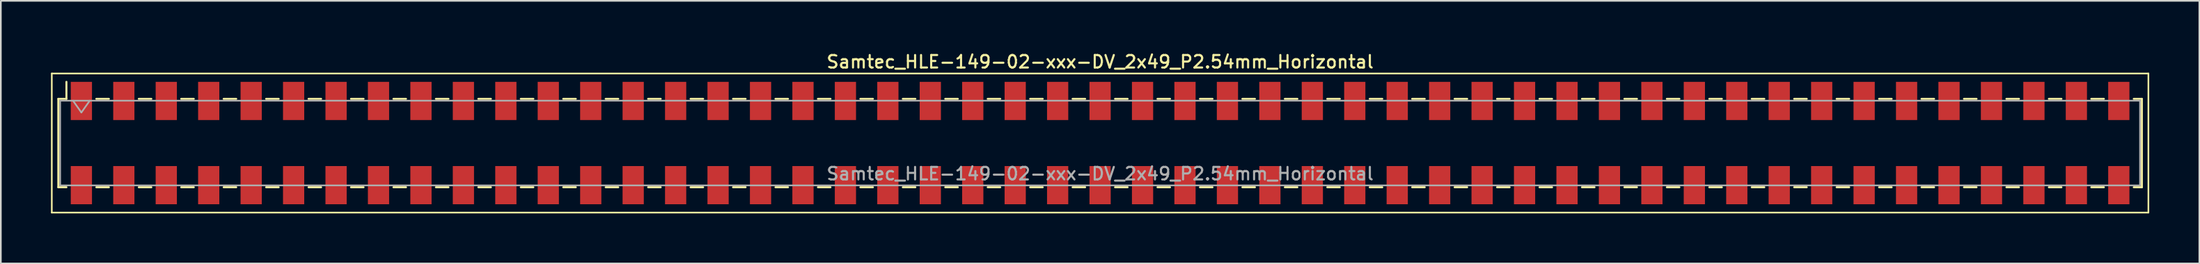
<source format=kicad_pcb>
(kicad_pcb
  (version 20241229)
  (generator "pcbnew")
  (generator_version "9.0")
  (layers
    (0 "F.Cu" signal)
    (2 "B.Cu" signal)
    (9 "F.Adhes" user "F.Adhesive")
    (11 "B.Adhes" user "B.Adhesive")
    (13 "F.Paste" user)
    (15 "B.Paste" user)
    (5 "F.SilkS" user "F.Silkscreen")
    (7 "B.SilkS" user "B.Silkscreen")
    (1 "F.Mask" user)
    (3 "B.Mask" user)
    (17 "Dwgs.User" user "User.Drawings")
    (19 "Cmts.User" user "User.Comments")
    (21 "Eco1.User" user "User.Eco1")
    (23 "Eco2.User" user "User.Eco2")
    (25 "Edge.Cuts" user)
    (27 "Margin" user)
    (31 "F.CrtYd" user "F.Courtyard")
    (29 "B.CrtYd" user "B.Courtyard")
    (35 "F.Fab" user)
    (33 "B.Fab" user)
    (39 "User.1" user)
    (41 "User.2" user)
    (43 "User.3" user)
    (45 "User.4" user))
  (footprint "Samtec_HLE-149-02-xxx-DV_2x49_P2.54mm_Horizontal"
    (layer "F.Cu")
    (at 62.78 5.528)
    (property "Reference" "Samtec_HLE-149-02-xxx-DV_2x49_P2.54mm_Horizontal" (at 0 -4.87 0) (layer "F.SilkS") (effects (font (size 0.75 0.75) (thickness 0.125))))
    (attr smd)
    (fp_line (start -62.73 -4.17) (end 62.73 -4.17) (stroke (width 0.1) (type solid)) (layer "F.SilkS"))
    (fp_line (start -62.73 4.17) (end -62.73 -4.17) (stroke (width 0.1) (type solid)) (layer "F.SilkS"))
    (fp_line (start -62.34 -2.65) (end -62.34 2.65) (stroke (width 0.12) (type solid)) (layer "F.SilkS"))
    (fp_line (start -62.34 2.65) (end -61.855 2.65) (stroke (width 0.12) (type solid)) (layer "F.SilkS"))
    (fp_line (start -61.855 -3.67) (end -61.855 -2.65) (stroke (width 0.12) (type solid)) (layer "F.SilkS"))
    (fp_line (start -61.855 -2.65) (end -62.34 -2.65) (stroke (width 0.12) (type solid)) (layer "F.SilkS"))
    (fp_line (start -60.065 -2.65) (end -59.315 -2.65) (stroke (width 0.12) (type solid)) (layer "F.SilkS"))
    (fp_line (start -60.065 2.65) (end -59.315 2.65) (stroke (width 0.12) (type solid)) (layer "F.SilkS"))
    (fp_line (start -57.525 -2.65) (end -56.775 -2.65) (stroke (width 0.12) (type solid)) (layer "F.SilkS"))
    (fp_line (start -57.525 2.65) (end -56.775 2.65) (stroke (width 0.12) (type solid)) (layer "F.SilkS"))
    (fp_line (start -54.985 -2.65) (end -54.235 -2.65) (stroke (width 0.12) (type solid)) (layer "F.SilkS"))
    (fp_line (start -54.985 2.65) (end -54.235 2.65) (stroke (width 0.12) (type solid)) (layer "F.SilkS"))
    (fp_line (start -52.445 -2.65) (end -51.695 -2.65) (stroke (width 0.12) (type solid)) (layer "F.SilkS"))
    (fp_line (start -52.445 2.65) (end -51.695 2.65) (stroke (width 0.12) (type solid)) (layer "F.SilkS"))
    (fp_line (start -49.905 -2.65) (end -49.155 -2.65) (stroke (width 0.12) (type solid)) (layer "F.SilkS"))
    (fp_line (start -49.905 2.65) (end -49.155 2.65) (stroke (width 0.12) (type solid)) (layer "F.SilkS"))
    (fp_line (start -47.365 -2.65) (end -46.615 -2.65) (stroke (width 0.12) (type solid)) (layer "F.SilkS"))
    (fp_line (start -47.365 2.65) (end -46.615 2.65) (stroke (width 0.12) (type solid)) (layer "F.SilkS"))
    (fp_line (start -44.825 -2.65) (end -44.075 -2.65) (stroke (width 0.12) (type solid)) (layer "F.SilkS"))
    (fp_line (start -44.825 2.65) (end -44.075 2.65) (stroke (width 0.12) (type solid)) (layer "F.SilkS"))
    (fp_line (start -42.285 -2.65) (end -41.535 -2.65) (stroke (width 0.12) (type solid)) (layer "F.SilkS"))
    (fp_line (start -42.285 2.65) (end -41.535 2.65) (stroke (width 0.12) (type solid)) (layer "F.SilkS"))
    (fp_line (start -39.745 -2.65) (end -38.995 -2.65) (stroke (width 0.12) (type solid)) (layer "F.SilkS"))
    (fp_line (start -39.745 2.65) (end -38.995 2.65) (stroke (width 0.12) (type solid)) (layer "F.SilkS"))
    (fp_line (start -37.205 -2.65) (end -36.455 -2.65) (stroke (width 0.12) (type solid)) (layer "F.SilkS"))
    (fp_line (start -37.205 2.65) (end -36.455 2.65) (stroke (width 0.12) (type solid)) (layer "F.SilkS"))
    (fp_line (start -34.665 -2.65) (end -33.915 -2.65) (stroke (width 0.12) (type solid)) (layer "F.SilkS"))
    (fp_line (start -34.665 2.65) (end -33.915 2.65) (stroke (width 0.12) (type solid)) (layer "F.SilkS"))
    (fp_line (start -32.125 -2.65) (end -31.375 -2.65) (stroke (width 0.12) (type solid)) (layer "F.SilkS"))
    (fp_line (start -32.125 2.65) (end -31.375 2.65) (stroke (width 0.12) (type solid)) (layer "F.SilkS"))
    (fp_line (start -29.585 -2.65) (end -28.835 -2.65) (stroke (width 0.12) (type solid)) (layer "F.SilkS"))
    (fp_line (start -29.585 2.65) (end -28.835 2.65) (stroke (width 0.12) (type solid)) (layer "F.SilkS"))
    (fp_line (start -27.045 -2.65) (end -26.295 -2.65) (stroke (width 0.12) (type solid)) (layer "F.SilkS"))
    (fp_line (start -27.045 2.65) (end -26.295 2.65) (stroke (width 0.12) (type solid)) (layer "F.SilkS"))
    (fp_line (start -24.505 -2.65) (end -23.755 -2.65) (stroke (width 0.12) (type solid)) (layer "F.SilkS"))
    (fp_line (start -24.505 2.65) (end -23.755 2.65) (stroke (width 0.12) (type solid)) (layer "F.SilkS"))
    (fp_line (start -21.965 -2.65) (end -21.215 -2.65) (stroke (width 0.12) (type solid)) (layer "F.SilkS"))
    (fp_line (start -21.965 2.65) (end -21.215 2.65) (stroke (width 0.12) (type solid)) (layer "F.SilkS"))
    (fp_line (start -19.425 -2.65) (end -18.675 -2.65) (stroke (width 0.12) (type solid)) (layer "F.SilkS"))
    (fp_line (start -19.425 2.65) (end -18.675 2.65) (stroke (width 0.12) (type solid)) (layer "F.SilkS"))
    (fp_line (start -16.885 -2.65) (end -16.135 -2.65) (stroke (width 0.12) (type solid)) (layer "F.SilkS"))
    (fp_line (start -16.885 2.65) (end -16.135 2.65) (stroke (width 0.12) (type solid)) (layer "F.SilkS"))
    (fp_line (start -14.345 -2.65) (end -13.595 -2.65) (stroke (width 0.12) (type solid)) (layer "F.SilkS"))
    (fp_line (start -14.345 2.65) (end -13.595 2.65) (stroke (width 0.12) (type solid)) (layer "F.SilkS"))
    (fp_line (start -11.805 -2.65) (end -11.055 -2.65) (stroke (width 0.12) (type solid)) (layer "F.SilkS"))
    (fp_line (start -11.805 2.65) (end -11.055 2.65) (stroke (width 0.12) (type solid)) (layer "F.SilkS"))
    (fp_line (start -9.265 -2.65) (end -8.515 -2.65) (stroke (width 0.12) (type solid)) (layer "F.SilkS"))
    (fp_line (start -9.265 2.65) (end -8.515 2.65) (stroke (width 0.12) (type solid)) (layer "F.SilkS"))
    (fp_line (start -6.725 -2.65) (end -5.975 -2.65) (stroke (width 0.12) (type solid)) (layer "F.SilkS"))
    (fp_line (start -6.725 2.65) (end -5.975 2.65) (stroke (width 0.12) (type solid)) (layer "F.SilkS"))
    (fp_line (start -4.185 -2.65) (end -3.435 -2.65) (stroke (width 0.12) (type solid)) (layer "F.SilkS"))
    (fp_line (start -4.185 2.65) (end -3.435 2.65) (stroke (width 0.12) (type solid)) (layer "F.SilkS"))
    (fp_line (start -1.645 -2.65) (end -0.895 -2.65) (stroke (width 0.12) (type solid)) (layer "F.SilkS"))
    (fp_line (start -1.645 2.65) (end -0.895 2.65) (stroke (width 0.12) (type solid)) (layer "F.SilkS"))
    (fp_line (start 0.895 -2.65) (end 1.645 -2.65) (stroke (width 0.12) (type solid)) (layer "F.SilkS"))
    (fp_line (start 0.895 2.65) (end 1.645 2.65) (stroke (width 0.12) (type solid)) (layer "F.SilkS"))
    (fp_line (start 3.435 -2.65) (end 4.185 -2.65) (stroke (width 0.12) (type solid)) (layer "F.SilkS"))
    (fp_line (start 3.435 2.65) (end 4.185 2.65) (stroke (width 0.12) (type solid)) (layer "F.SilkS"))
    (fp_line (start 5.975 -2.65) (end 6.725 -2.65) (stroke (width 0.12) (type solid)) (layer "F.SilkS"))
    (fp_line (start 5.975 2.65) (end 6.725 2.65) (stroke (width 0.12) (type solid)) (layer "F.SilkS"))
    (fp_line (start 8.515 -2.65) (end 9.265 -2.65) (stroke (width 0.12) (type solid)) (layer "F.SilkS"))
    (fp_line (start 8.515 2.65) (end 9.265 2.65) (stroke (width 0.12) (type solid)) (layer "F.SilkS"))
    (fp_line (start 11.055 -2.65) (end 11.805 -2.65) (stroke (width 0.12) (type solid)) (layer "F.SilkS"))
    (fp_line (start 11.055 2.65) (end 11.805 2.65) (stroke (width 0.12) (type solid)) (layer "F.SilkS"))
    (fp_line (start 13.595 -2.65) (end 14.345 -2.65) (stroke (width 0.12) (type solid)) (layer "F.SilkS"))
    (fp_line (start 13.595 2.65) (end 14.345 2.65) (stroke (width 0.12) (type solid)) (layer "F.SilkS"))
    (fp_line (start 16.135 -2.65) (end 16.885 -2.65) (stroke (width 0.12) (type solid)) (layer "F.SilkS"))
    (fp_line (start 16.135 2.65) (end 16.885 2.65) (stroke (width 0.12) (type solid)) (layer "F.SilkS"))
    (fp_line (start 18.675 -2.65) (end 19.425 -2.65) (stroke (width 0.12) (type solid)) (layer "F.SilkS"))
    (fp_line (start 18.675 2.65) (end 19.425 2.65) (stroke (width 0.12) (type solid)) (layer "F.SilkS"))
    (fp_line (start 21.215 -2.65) (end 21.965 -2.65) (stroke (width 0.12) (type solid)) (layer "F.SilkS"))
    (fp_line (start 21.215 2.65) (end 21.965 2.65) (stroke (width 0.12) (type solid)) (layer "F.SilkS"))
    (fp_line (start 23.755 -2.65) (end 24.505 -2.65) (stroke (width 0.12) (type solid)) (layer "F.SilkS"))
    (fp_line (start 23.755 2.65) (end 24.505 2.65) (stroke (width 0.12) (type solid)) (layer "F.SilkS"))
    (fp_line (start 26.295 -2.65) (end 27.045 -2.65) (stroke (width 0.12) (type solid)) (layer "F.SilkS"))
    (fp_line (start 26.295 2.65) (end 27.045 2.65) (stroke (width 0.12) (type solid)) (layer "F.SilkS"))
    (fp_line (start 28.835 -2.65) (end 29.585 -2.65) (stroke (width 0.12) (type solid)) (layer "F.SilkS"))
    (fp_line (start 28.835 2.65) (end 29.585 2.65) (stroke (width 0.12) (type solid)) (layer "F.SilkS"))
    (fp_line (start 31.375 -2.65) (end 32.125 -2.65) (stroke (width 0.12) (type solid)) (layer "F.SilkS"))
    (fp_line (start 31.375 2.65) (end 32.125 2.65) (stroke (width 0.12) (type solid)) (layer "F.SilkS"))
    (fp_line (start 33.915 -2.65) (end 34.665 -2.65) (stroke (width 0.12) (type solid)) (layer "F.SilkS"))
    (fp_line (start 33.915 2.65) (end 34.665 2.65) (stroke (width 0.12) (type solid)) (layer "F.SilkS"))
    (fp_line (start 36.455 -2.65) (end 37.205 -2.65) (stroke (width 0.12) (type solid)) (layer "F.SilkS"))
    (fp_line (start 36.455 2.65) (end 37.205 2.65) (stroke (width 0.12) (type solid)) (layer "F.SilkS"))
    (fp_line (start 38.995 -2.65) (end 39.745 -2.65) (stroke (width 0.12) (type solid)) (layer "F.SilkS"))
    (fp_line (start 38.995 2.65) (end 39.745 2.65) (stroke (width 0.12) (type solid)) (layer "F.SilkS"))
    (fp_line (start 41.535 -2.65) (end 42.285 -2.65) (stroke (width 0.12) (type solid)) (layer "F.SilkS"))
    (fp_line (start 41.535 2.65) (end 42.285 2.65) (stroke (width 0.12) (type solid)) (layer "F.SilkS"))
    (fp_line (start 44.075 -2.65) (end 44.825 -2.65) (stroke (width 0.12) (type solid)) (layer "F.SilkS"))
    (fp_line (start 44.075 2.65) (end 44.825 2.65) (stroke (width 0.12) (type solid)) (layer "F.SilkS"))
    (fp_line (start 46.615 -2.65) (end 47.365 -2.65) (stroke (width 0.12) (type solid)) (layer "F.SilkS"))
    (fp_line (start 46.615 2.65) (end 47.365 2.65) (stroke (width 0.12) (type solid)) (layer "F.SilkS"))
    (fp_line (start 49.155 -2.65) (end 49.905 -2.65) (stroke (width 0.12) (type solid)) (layer "F.SilkS"))
    (fp_line (start 49.155 2.65) (end 49.905 2.65) (stroke (width 0.12) (type solid)) (layer "F.SilkS"))
    (fp_line (start 51.695 -2.65) (end 52.445 -2.65) (stroke (width 0.12) (type solid)) (layer "F.SilkS"))
    (fp_line (start 51.695 2.65) (end 52.445 2.65) (stroke (width 0.12) (type solid)) (layer "F.SilkS"))
    (fp_line (start 54.235 -2.65) (end 54.985 -2.65) (stroke (width 0.12) (type solid)) (layer "F.SilkS"))
    (fp_line (start 54.235 2.65) (end 54.985 2.65) (stroke (width 0.12) (type solid)) (layer "F.SilkS"))
    (fp_line (start 56.775 -2.65) (end 57.525 -2.65) (stroke (width 0.12) (type solid)) (layer "F.SilkS"))
    (fp_line (start 56.775 2.65) (end 57.525 2.65) (stroke (width 0.12) (type solid)) (layer "F.SilkS"))
    (fp_line (start 59.315 -2.65) (end 60.065 -2.65) (stroke (width 0.12) (type solid)) (layer "F.SilkS"))
    (fp_line (start 59.315 2.65) (end 60.065 2.65) (stroke (width 0.12) (type solid)) (layer "F.SilkS"))
    (fp_line (start 61.855 -2.65) (end 62.34 -2.65) (stroke (width 0.12) (type solid)) (layer "F.SilkS"))
    (fp_line (start 62.34 -2.65) (end 62.34 2.65) (stroke (width 0.12) (type solid)) (layer "F.SilkS"))
    (fp_line (start 62.34 2.65) (end 61.855 2.65) (stroke (width 0.12) (type solid)) (layer "F.SilkS"))
    (fp_line (start 62.73 -4.17) (end 62.73 4.17) (stroke (width 0.1) (type solid)) (layer "F.SilkS"))
    (fp_line (start 62.73 4.17) (end -62.73 4.17) (stroke (width 0.1) (type solid)) (layer "F.SilkS"))
    (fp_line (start -62.23 -2.54) (end 62.23 -2.54) (stroke (width 0.1) (type solid)) (layer "F.Fab"))
    (fp_line (start -62.23 2.54) (end -62.23 -2.54) (stroke (width 0.1) (type solid)) (layer "F.Fab"))
    (fp_line (start -61.46 -2.54) (end -60.96 -1.833) (stroke (width 0.1) (type solid)) (layer "F.Fab"))
    (fp_line (start -60.96 -1.833) (end -60.46 -2.54) (stroke (width 0.1) (type solid)) (layer "F.Fab"))
    (fp_line (start 62.23 -2.54) (end 62.23 2.54) (stroke (width 0.1) (type solid)) (layer "F.Fab"))
    (fp_line (start 62.23 2.54) (end -62.23 2.54) (stroke (width 0.1) (type solid)) (layer "F.Fab"))
    (fp_text user "${REFERENCE}" (at 0 1.84 0) (layer "F.Fab") (effects (font (size 0.75 0.75) (thickness 0.125))))
    (pad "1" smd rect (at -60.96 -2.525) (size 1.27 2.29) (layers "F.Cu" "F.Mask" "F.Paste"))
    (pad "2" smd rect (at -60.96 2.525) (size 1.27 2.29) (layers "F.Cu" "F.Mask" "F.Paste"))
    (pad "3" smd rect (at -58.42 -2.525) (size 1.27 2.29) (layers "F.Cu" "F.Mask" "F.Paste"))
    (pad "4" smd rect (at -58.42 2.525) (size 1.27 2.29) (layers "F.Cu" "F.Mask" "F.Paste"))
    (pad "5" smd rect (at -55.88 -2.525) (size 1.27 2.29) (layers "F.Cu" "F.Mask" "F.Paste"))
    (pad "6" smd rect (at -55.88 2.525) (size 1.27 2.29) (layers "F.Cu" "F.Mask" "F.Paste"))
    (pad "7" smd rect (at -53.34 -2.525) (size 1.27 2.29) (layers "F.Cu" "F.Mask" "F.Paste"))
    (pad "8" smd rect (at -53.34 2.525) (size 1.27 2.29) (layers "F.Cu" "F.Mask" "F.Paste"))
    (pad "9" smd rect (at -50.8 -2.525) (size 1.27 2.29) (layers "F.Cu" "F.Mask" "F.Paste"))
    (pad "10" smd rect (at -50.8 2.525) (size 1.27 2.29) (layers "F.Cu" "F.Mask" "F.Paste"))
    (pad "11" smd rect (at -48.26 -2.525) (size 1.27 2.29) (layers "F.Cu" "F.Mask" "F.Paste"))
    (pad "12" smd rect (at -48.26 2.525) (size 1.27 2.29) (layers "F.Cu" "F.Mask" "F.Paste"))
    (pad "13" smd rect (at -45.72 -2.525) (size 1.27 2.29) (layers "F.Cu" "F.Mask" "F.Paste"))
    (pad "14" smd rect (at -45.72 2.525) (size 1.27 2.29) (layers "F.Cu" "F.Mask" "F.Paste"))
    (pad "15" smd rect (at -43.18 -2.525) (size 1.27 2.29) (layers "F.Cu" "F.Mask" "F.Paste"))
    (pad "16" smd rect (at -43.18 2.525) (size 1.27 2.29) (layers "F.Cu" "F.Mask" "F.Paste"))
    (pad "17" smd rect (at -40.64 -2.525) (size 1.27 2.29) (layers "F.Cu" "F.Mask" "F.Paste"))
    (pad "18" smd rect (at -40.64 2.525) (size 1.27 2.29) (layers "F.Cu" "F.Mask" "F.Paste"))
    (pad "19" smd rect (at -38.1 -2.525) (size 1.27 2.29) (layers "F.Cu" "F.Mask" "F.Paste"))
    (pad "20" smd rect (at -38.1 2.525) (size 1.27 2.29) (layers "F.Cu" "F.Mask" "F.Paste"))
    (pad "21" smd rect (at -35.56 -2.525) (size 1.27 2.29) (layers "F.Cu" "F.Mask" "F.Paste"))
    (pad "22" smd rect (at -35.56 2.525) (size 1.27 2.29) (layers "F.Cu" "F.Mask" "F.Paste"))
    (pad "23" smd rect (at -33.02 -2.525) (size 1.27 2.29) (layers "F.Cu" "F.Mask" "F.Paste"))
    (pad "24" smd rect (at -33.02 2.525) (size 1.27 2.29) (layers "F.Cu" "F.Mask" "F.Paste"))
    (pad "25" smd rect (at -30.48 -2.525) (size 1.27 2.29) (layers "F.Cu" "F.Mask" "F.Paste"))
    (pad "26" smd rect (at -30.48 2.525) (size 1.27 2.29) (layers "F.Cu" "F.Mask" "F.Paste"))
    (pad "27" smd rect (at -27.94 -2.525) (size 1.27 2.29) (layers "F.Cu" "F.Mask" "F.Paste"))
    (pad "28" smd rect (at -27.94 2.525) (size 1.27 2.29) (layers "F.Cu" "F.Mask" "F.Paste"))
    (pad "29" smd rect (at -25.4 -2.525) (size 1.27 2.29) (layers "F.Cu" "F.Mask" "F.Paste"))
    (pad "30" smd rect (at -25.4 2.525) (size 1.27 2.29) (layers "F.Cu" "F.Mask" "F.Paste"))
    (pad "31" smd rect (at -22.86 -2.525) (size 1.27 2.29) (layers "F.Cu" "F.Mask" "F.Paste"))
    (pad "32" smd rect (at -22.86 2.525) (size 1.27 2.29) (layers "F.Cu" "F.Mask" "F.Paste"))
    (pad "33" smd rect (at -20.32 -2.525) (size 1.27 2.29) (layers "F.Cu" "F.Mask" "F.Paste"))
    (pad "34" smd rect (at -20.32 2.525) (size 1.27 2.29) (layers "F.Cu" "F.Mask" "F.Paste"))
    (pad "35" smd rect (at -17.78 -2.525) (size 1.27 2.29) (layers "F.Cu" "F.Mask" "F.Paste"))
    (pad "36" smd rect (at -17.78 2.525) (size 1.27 2.29) (layers "F.Cu" "F.Mask" "F.Paste"))
    (pad "37" smd rect (at -15.24 -2.525) (size 1.27 2.29) (layers "F.Cu" "F.Mask" "F.Paste"))
    (pad "38" smd rect (at -15.24 2.525) (size 1.27 2.29) (layers "F.Cu" "F.Mask" "F.Paste"))
    (pad "39" smd rect (at -12.7 -2.525) (size 1.27 2.29) (layers "F.Cu" "F.Mask" "F.Paste"))
    (pad "40" smd rect (at -12.7 2.525) (size 1.27 2.29) (layers "F.Cu" "F.Mask" "F.Paste"))
    (pad "41" smd rect (at -10.16 -2.525) (size 1.27 2.29) (layers "F.Cu" "F.Mask" "F.Paste"))
    (pad "42" smd rect (at -10.16 2.525) (size 1.27 2.29) (layers "F.Cu" "F.Mask" "F.Paste"))
    (pad "43" smd rect (at -7.62 -2.525) (size 1.27 2.29) (layers "F.Cu" "F.Mask" "F.Paste"))
    (pad "44" smd rect (at -7.62 2.525) (size 1.27 2.29) (layers "F.Cu" "F.Mask" "F.Paste"))
    (pad "45" smd rect (at -5.08 -2.525) (size 1.27 2.29) (layers "F.Cu" "F.Mask" "F.Paste"))
    (pad "46" smd rect (at -5.08 2.525) (size 1.27 2.29) (layers "F.Cu" "F.Mask" "F.Paste"))
    (pad "47" smd rect (at -2.54 -2.525) (size 1.27 2.29) (layers "F.Cu" "F.Mask" "F.Paste"))
    (pad "48" smd rect (at -2.54 2.525) (size 1.27 2.29) (layers "F.Cu" "F.Mask" "F.Paste"))
    (pad "49" smd rect (at 0 -2.525) (size 1.27 2.29) (layers "F.Cu" "F.Mask" "F.Paste"))
    (pad "50" smd rect (at 0 2.525) (size 1.27 2.29) (layers "F.Cu" "F.Mask" "F.Paste"))
    (pad "51" smd rect (at 2.54 -2.525) (size 1.27 2.29) (layers "F.Cu" "F.Mask" "F.Paste"))
    (pad "52" smd rect (at 2.54 2.525) (size 1.27 2.29) (layers "F.Cu" "F.Mask" "F.Paste"))
    (pad "53" smd rect (at 5.08 -2.525) (size 1.27 2.29) (layers "F.Cu" "F.Mask" "F.Paste"))
    (pad "54" smd rect (at 5.08 2.525) (size 1.27 2.29) (layers "F.Cu" "F.Mask" "F.Paste"))
    (pad "55" smd rect (at 7.62 -2.525) (size 1.27 2.29) (layers "F.Cu" "F.Mask" "F.Paste"))
    (pad "56" smd rect (at 7.62 2.525) (size 1.27 2.29) (layers "F.Cu" "F.Mask" "F.Paste"))
    (pad "57" smd rect (at 10.16 -2.525) (size 1.27 2.29) (layers "F.Cu" "F.Mask" "F.Paste"))
    (pad "58" smd rect (at 10.16 2.525) (size 1.27 2.29) (layers "F.Cu" "F.Mask" "F.Paste"))
    (pad "59" smd rect (at 12.7 -2.525) (size 1.27 2.29) (layers "F.Cu" "F.Mask" "F.Paste"))
    (pad "60" smd rect (at 12.7 2.525) (size 1.27 2.29) (layers "F.Cu" "F.Mask" "F.Paste"))
    (pad "61" smd rect (at 15.24 -2.525) (size 1.27 2.29) (layers "F.Cu" "F.Mask" "F.Paste"))
    (pad "62" smd rect (at 15.24 2.525) (size 1.27 2.29) (layers "F.Cu" "F.Mask" "F.Paste"))
    (pad "63" smd rect (at 17.78 -2.525) (size 1.27 2.29) (layers "F.Cu" "F.Mask" "F.Paste"))
    (pad "64" smd rect (at 17.78 2.525) (size 1.27 2.29) (layers "F.Cu" "F.Mask" "F.Paste"))
    (pad "65" smd rect (at 20.32 -2.525) (size 1.27 2.29) (layers "F.Cu" "F.Mask" "F.Paste"))
    (pad "66" smd rect (at 20.32 2.525) (size 1.27 2.29) (layers "F.Cu" "F.Mask" "F.Paste"))
    (pad "67" smd rect (at 22.86 -2.525) (size 1.27 2.29) (layers "F.Cu" "F.Mask" "F.Paste"))
    (pad "68" smd rect (at 22.86 2.525) (size 1.27 2.29) (layers "F.Cu" "F.Mask" "F.Paste"))
    (pad "69" smd rect (at 25.4 -2.525) (size 1.27 2.29) (layers "F.Cu" "F.Mask" "F.Paste"))
    (pad "70" smd rect (at 25.4 2.525) (size 1.27 2.29) (layers "F.Cu" "F.Mask" "F.Paste"))
    (pad "71" smd rect (at 27.94 -2.525) (size 1.27 2.29) (layers "F.Cu" "F.Mask" "F.Paste"))
    (pad "72" smd rect (at 27.94 2.525) (size 1.27 2.29) (layers "F.Cu" "F.Mask" "F.Paste"))
    (pad "73" smd rect (at 30.48 -2.525) (size 1.27 2.29) (layers "F.Cu" "F.Mask" "F.Paste"))
    (pad "74" smd rect (at 30.48 2.525) (size 1.27 2.29) (layers "F.Cu" "F.Mask" "F.Paste"))
    (pad "75" smd rect (at 33.02 -2.525) (size 1.27 2.29) (layers "F.Cu" "F.Mask" "F.Paste"))
    (pad "76" smd rect (at 33.02 2.525) (size 1.27 2.29) (layers "F.Cu" "F.Mask" "F.Paste"))
    (pad "77" smd rect (at 35.56 -2.525) (size 1.27 2.29) (layers "F.Cu" "F.Mask" "F.Paste"))
    (pad "78" smd rect (at 35.56 2.525) (size 1.27 2.29) (layers "F.Cu" "F.Mask" "F.Paste"))
    (pad "79" smd rect (at 38.1 -2.525) (size 1.27 2.29) (layers "F.Cu" "F.Mask" "F.Paste"))
    (pad "80" smd rect (at 38.1 2.525) (size 1.27 2.29) (layers "F.Cu" "F.Mask" "F.Paste"))
    (pad "81" smd rect (at 40.64 -2.525) (size 1.27 2.29) (layers "F.Cu" "F.Mask" "F.Paste"))
    (pad "82" smd rect (at 40.64 2.525) (size 1.27 2.29) (layers "F.Cu" "F.Mask" "F.Paste"))
    (pad "83" smd rect (at 43.18 -2.525) (size 1.27 2.29) (layers "F.Cu" "F.Mask" "F.Paste"))
    (pad "84" smd rect (at 43.18 2.525) (size 1.27 2.29) (layers "F.Cu" "F.Mask" "F.Paste"))
    (pad "85" smd rect (at 45.72 -2.525) (size 1.27 2.29) (layers "F.Cu" "F.Mask" "F.Paste"))
    (pad "86" smd rect (at 45.72 2.525) (size 1.27 2.29) (layers "F.Cu" "F.Mask" "F.Paste"))
    (pad "87" smd rect (at 48.26 -2.525) (size 1.27 2.29) (layers "F.Cu" "F.Mask" "F.Paste"))
    (pad "88" smd rect (at 48.26 2.525) (size 1.27 2.29) (layers "F.Cu" "F.Mask" "F.Paste"))
    (pad "89" smd rect (at 50.8 -2.525) (size 1.27 2.29) (layers "F.Cu" "F.Mask" "F.Paste"))
    (pad "90" smd rect (at 50.8 2.525) (size 1.27 2.29) (layers "F.Cu" "F.Mask" "F.Paste"))
    (pad "91" smd rect (at 53.34 -2.525) (size 1.27 2.29) (layers "F.Cu" "F.Mask" "F.Paste"))
    (pad "92" smd rect (at 53.34 2.525) (size 1.27 2.29) (layers "F.Cu" "F.Mask" "F.Paste"))
    (pad "93" smd rect (at 55.88 -2.525) (size 1.27 2.29) (layers "F.Cu" "F.Mask" "F.Paste"))
    (pad "94" smd rect (at 55.88 2.525) (size 1.27 2.29) (layers "F.Cu" "F.Mask" "F.Paste"))
    (pad "95" smd rect (at 58.42 -2.525) (size 1.27 2.29) (layers "F.Cu" "F.Mask" "F.Paste"))
    (pad "96" smd rect (at 58.42 2.525) (size 1.27 2.29) (layers "F.Cu" "F.Mask" "F.Paste"))
    (pad "97" smd rect (at 60.96 -2.525) (size 1.27 2.29) (layers "F.Cu" "F.Mask" "F.Paste"))
    (pad "98" smd rect (at 60.96 2.525) (size 1.27 2.29) (layers "F.Cu" "F.Mask" "F.Paste")))
  (gr_rect
    (start -3 -3)
    (end 128.56 12.748)
    (stroke (width 0.1) (type default))
    (fill no)
    (layer "Edge.Cuts")))
</source>
